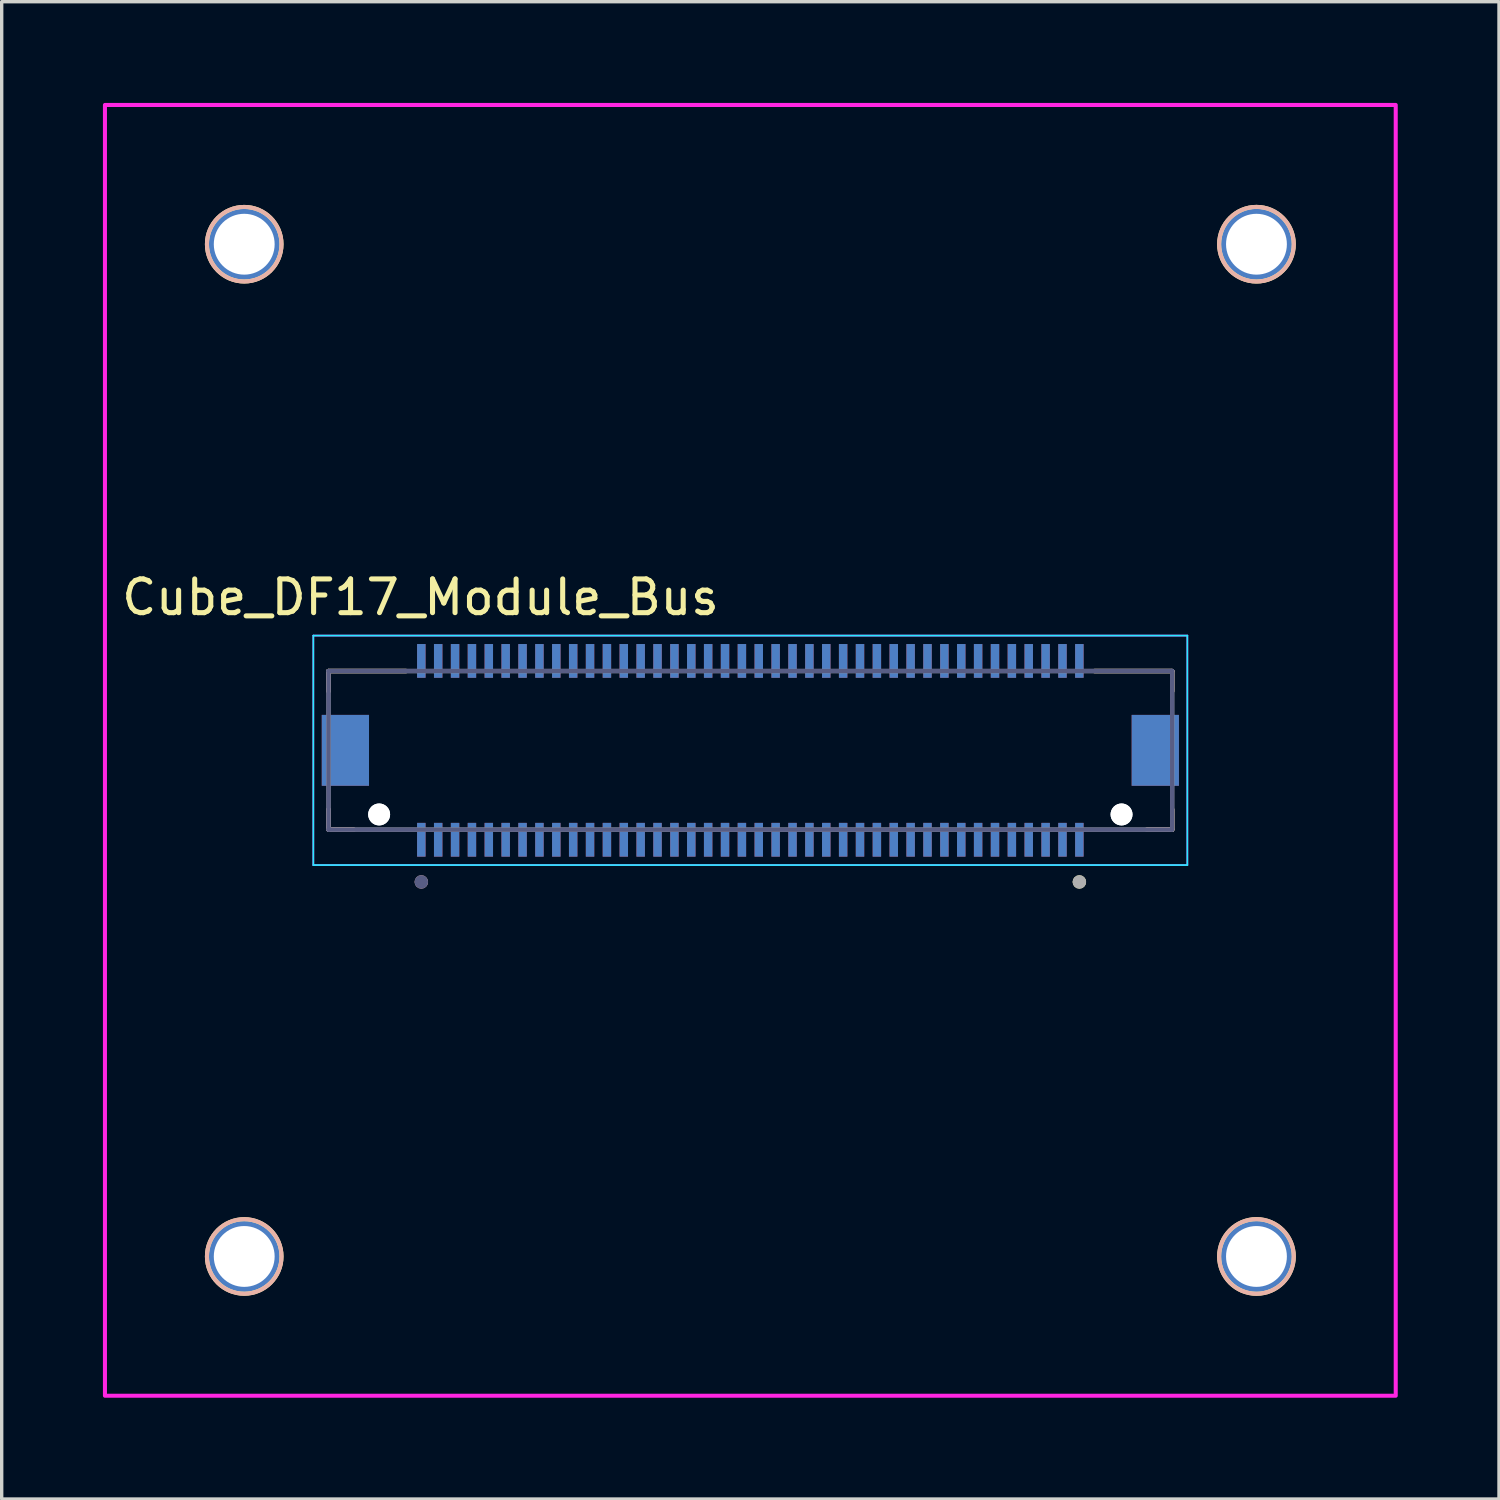
<source format=kicad_pcb>
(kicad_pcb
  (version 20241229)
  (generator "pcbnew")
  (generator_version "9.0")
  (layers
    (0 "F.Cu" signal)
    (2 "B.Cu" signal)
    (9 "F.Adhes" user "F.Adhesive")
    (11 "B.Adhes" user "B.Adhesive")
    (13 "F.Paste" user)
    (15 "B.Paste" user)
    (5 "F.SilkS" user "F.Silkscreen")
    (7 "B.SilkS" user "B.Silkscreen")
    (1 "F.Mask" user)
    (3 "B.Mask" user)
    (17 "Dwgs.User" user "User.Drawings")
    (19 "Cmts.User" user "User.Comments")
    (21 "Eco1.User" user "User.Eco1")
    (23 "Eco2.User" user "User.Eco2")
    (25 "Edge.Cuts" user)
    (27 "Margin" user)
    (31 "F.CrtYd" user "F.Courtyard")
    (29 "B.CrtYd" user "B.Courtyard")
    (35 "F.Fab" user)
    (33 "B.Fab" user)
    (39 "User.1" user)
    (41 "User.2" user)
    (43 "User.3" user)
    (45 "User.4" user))
  (footprint "Cube_DF17_Module_Bus"
    (layer "F.Cu")
    (at 19.185 19.185)
    (property "Reference" "Cube_DF17_Module_Bus" (at -9.775 -4.535 0) (layer "F.SilkS") (effects (font (size 1 1) (thickness 0.15))))
    (attr through_hole)
    (fp_line (start -12.5 -2.35) (end -12.5 -1.75) (stroke (width 0.127) (type solid)) (layer "F.SilkS"))
    (fp_line (start -12.5 2.35) (end -12.5 1.75) (stroke (width 0.127) (type solid)) (layer "F.SilkS"))
    (fp_line (start -12.5 2.35) (end -11.75 2.35) (stroke (width 0.127) (type solid)) (layer "F.SilkS"))
    (fp_line (start -10.195 -2.35) (end -12.5 -2.35) (stroke (width 0.127) (type solid)) (layer "F.SilkS"))
    (fp_line (start 11.75 2.35) (end 12.5 2.35) (stroke (width 0.127) (type solid)) (layer "F.SilkS"))
    (fp_line (start 12.5 -2.35) (end 10.195 -2.35) (stroke (width 0.127) (type solid)) (layer "F.SilkS"))
    (fp_line (start 12.5 -2.35) (end 12.5 -1.75) (stroke (width 0.127) (type solid)) (layer "F.SilkS"))
    (fp_line (start 12.5 2.35) (end 12.5 1.75) (stroke (width 0.127) (type solid)) (layer "F.SilkS"))
    (fp_circle (center -14.998 -14.998) (end -13.893 -14.998) (stroke (width 0.12) (type solid)) (fill no) (layer "F.SilkS"))
    (fp_circle (center -14.998 14.998) (end -13.893 14.998) (stroke (width 0.12) (type solid)) (fill no) (layer "F.SilkS"))
    (fp_circle (center 9.75 3.9) (end 9.85 3.9) (stroke (width 0.2) (type solid)) (fill no) (layer "F.SilkS"))
    (fp_circle (center 14.998 -14.998) (end 16.104 -14.998) (stroke (width 0.12) (type solid)) (fill no) (layer "F.SilkS"))
    (fp_circle (center 14.998 14.998) (end 16.104 14.998) (stroke (width 0.12) (type solid)) (fill no) (layer "F.SilkS"))
    (fp_line (start -12.5 -2.35) (end -12.5 -1.75) (stroke (width 0.127) (type solid)) (layer "B.SilkS"))
    (fp_line (start -12.5 -2.35) (end -10.195 -2.35) (stroke (width 0.127) (type solid)) (layer "B.SilkS"))
    (fp_line (start -12.5 2.35) (end -12.5 1.75) (stroke (width 0.127) (type solid)) (layer "B.SilkS"))
    (fp_line (start -11.75 2.35) (end -12.5 2.35) (stroke (width 0.127) (type solid)) (layer "B.SilkS"))
    (fp_line (start 10.195 -2.35) (end 12.5 -2.35) (stroke (width 0.127) (type solid)) (layer "B.SilkS"))
    (fp_line (start 12.5 -2.35) (end 12.5 -1.75) (stroke (width 0.127) (type solid)) (layer "B.SilkS"))
    (fp_line (start 12.5 2.35) (end 11.75 2.35) (stroke (width 0.127) (type solid)) (layer "B.SilkS"))
    (fp_line (start 12.5 2.35) (end 12.5 1.75) (stroke (width 0.127) (type solid)) (layer "B.SilkS"))
    (fp_circle (center -14.998 -14.998) (end -13.893 -14.998) (stroke (width 0.12) (type solid)) (fill no) (layer "B.SilkS"))
    (fp_circle (center -14.998 14.998) (end -13.893 14.998) (stroke (width 0.12) (type solid)) (fill no) (layer "B.SilkS"))
    (fp_circle (center -9.75 3.9) (end -9.85 3.9) (stroke (width 0.2) (type solid)) (fill no) (layer "B.SilkS"))
    (fp_circle (center 14.998 -14.998) (end 16.104 -14.998) (stroke (width 0.12) (type solid)) (fill no) (layer "B.SilkS"))
    (fp_circle (center 14.998 14.998) (end 16.104 14.998) (stroke (width 0.12) (type solid)) (fill no) (layer "B.SilkS"))
    (fp_line (start -12.95 -3.4) (end 12.95 -3.4) (stroke (width 0.05) (type solid)) (layer "B.CrtYd"))
    (fp_line (start -12.95 3.4) (end -12.95 -3.4) (stroke (width 0.05) (type solid)) (layer "B.CrtYd"))
    (fp_line (start 12.95 -3.4) (end 12.95 3.4) (stroke (width 0.05) (type solid)) (layer "B.CrtYd"))
    (fp_line (start 12.95 3.4) (end -12.95 3.4) (stroke (width 0.05) (type solid)) (layer "B.CrtYd"))
    (fp_line (start -12.95 -3.4) (end -12.95 3.4) (stroke (width 0.05) (type solid)) (layer "F.CrtYd"))
    (fp_line (start -12.95 3.4) (end 12.95 3.4) (stroke (width 0.05) (type solid)) (layer "F.CrtYd"))
    (fp_line (start 12.95 -3.4) (end -12.95 -3.4) (stroke (width 0.05) (type solid)) (layer "F.CrtYd"))
    (fp_line (start 12.95 3.4) (end 12.95 -3.4) (stroke (width 0.05) (type solid)) (layer "F.CrtYd"))
    (fp_rect (start -19.125 -19.125) (end 19.125 19.125) (stroke (width 0.12) (type solid)) (fill no) (layer "F.CrtYd"))
    (fp_line (start -12.5 -2.35) (end 12.5 -2.35) (stroke (width 0.127) (type solid)) (layer "B.Fab"))
    (fp_line (start -12.5 2.35) (end -12.5 -2.35) (stroke (width 0.127) (type solid)) (layer "B.Fab"))
    (fp_line (start 12.5 -2.35) (end 12.5 2.35) (stroke (width 0.127) (type solid)) (layer "B.Fab"))
    (fp_line (start 12.5 2.35) (end -12.5 2.35) (stroke (width 0.127) (type solid)) (layer "B.Fab"))
    (fp_circle (center -9.75 3.9) (end -9.85 3.9) (stroke (width 0.2) (type solid)) (fill no) (layer "B.Fab"))
    (fp_line (start -12.5 -2.35) (end -12.5 2.35) (stroke (width 0.127) (type solid)) (layer "F.Fab"))
    (fp_line (start -12.5 2.35) (end 12.5 2.35) (stroke (width 0.127) (type solid)) (layer "F.Fab"))
    (fp_line (start 12.5 -2.35) (end -12.5 -2.35) (stroke (width 0.127) (type solid)) (layer "F.Fab"))
    (fp_line (start 12.5 2.35) (end 12.5 -2.35) (stroke (width 0.127) (type solid)) (layer "F.Fab"))
    (fp_circle (center 9.75 3.9) (end 9.85 3.9) (stroke (width 0.2) (type solid)) (fill no) (layer "F.Fab"))
    (pad "" np_thru_hole circle (at -11 1.9) (size 0.65 0.65) (drill 0.65) (layers "*.Cu" "*.Mask"))
    (pad "" np_thru_hole circle (at -11 1.9) (size 0.65 0.65) (drill 0.65) (layers "*.Cu" "*.Mask"))
    (pad "" np_thru_hole circle (at 11 1.9) (size 0.65 0.65) (drill 0.65) (layers "*.Cu" "*.Mask"))
    (pad "" np_thru_hole circle (at 11 1.9) (size 0.65 0.65) (drill 0.65) (layers "*.Cu" "*.Mask"))
    (pad "1" smd rect (at -9.75 2.65) (size 0.25 1) (layers "B.Cu" "B.Mask" "B.Paste"))
    (pad "1" smd rect (at 9.75 2.65) (size 0.25 1) (layers "F.Cu" "F.Mask" "F.Paste"))
    (pad "2" smd rect (at -9.75 -2.65) (size 0.25 1) (layers "B.Cu" "B.Mask" "B.Paste"))
    (pad "2" smd rect (at 9.75 -2.65) (size 0.25 1) (layers "F.Cu" "F.Mask" "F.Paste"))
    (pad "3" smd rect (at -9.25 2.65) (size 0.25 1) (layers "B.Cu" "B.Mask" "B.Paste"))
    (pad "3" smd rect (at 9.25 2.65) (size 0.25 1) (layers "F.Cu" "F.Mask" "F.Paste"))
    (pad "4" smd rect (at -9.25 -2.65) (size 0.25 1) (layers "B.Cu" "B.Mask" "B.Paste"))
    (pad "4" smd rect (at 9.25 -2.65) (size 0.25 1) (layers "F.Cu" "F.Mask" "F.Paste"))
    (pad "5" smd rect (at -8.75 2.65) (size 0.25 1) (layers "B.Cu" "B.Mask" "B.Paste"))
    (pad "5" smd rect (at 8.75 2.65) (size 0.25 1) (layers "F.Cu" "F.Mask" "F.Paste"))
    (pad "6" smd rect (at -8.75 -2.65) (size 0.25 1) (layers "B.Cu" "B.Mask" "B.Paste"))
    (pad "6" smd rect (at 8.75 -2.65) (size 0.25 1) (layers "F.Cu" "F.Mask" "F.Paste"))
    (pad "7" smd rect (at -8.25 2.65) (size 0.25 1) (layers "B.Cu" "B.Mask" "B.Paste"))
    (pad "7" smd rect (at 8.25 2.65) (size 0.25 1) (layers "F.Cu" "F.Mask" "F.Paste"))
    (pad "8" smd rect (at -8.25 -2.65) (size 0.25 1) (layers "B.Cu" "B.Mask" "B.Paste"))
    (pad "8" smd rect (at 8.25 -2.65) (size 0.25 1) (layers "F.Cu" "F.Mask" "F.Paste"))
    (pad "9" smd rect (at -7.75 2.65) (size 0.25 1) (layers "B.Cu" "B.Mask" "B.Paste"))
    (pad "9" smd rect (at 7.75 2.65) (size 0.25 1) (layers "F.Cu" "F.Mask" "F.Paste"))
    (pad "10" smd rect (at -7.75 -2.65) (size 0.25 1) (layers "B.Cu" "B.Mask" "B.Paste"))
    (pad "10" smd rect (at 7.75 -2.65) (size 0.25 1) (layers "F.Cu" "F.Mask" "F.Paste"))
    (pad "11" smd rect (at -7.25 2.65) (size 0.25 1) (layers "B.Cu" "B.Mask" "B.Paste"))
    (pad "11" smd rect (at 7.25 2.65) (size 0.25 1) (layers "F.Cu" "F.Mask" "F.Paste"))
    (pad "12" smd rect (at -7.25 -2.65) (size 0.25 1) (layers "B.Cu" "B.Mask" "B.Paste"))
    (pad "12" smd rect (at 7.25 -2.65) (size 0.25 1) (layers "F.Cu" "F.Mask" "F.Paste"))
    (pad "13" smd rect (at -6.75 2.65) (size 0.25 1) (layers "B.Cu" "B.Mask" "B.Paste"))
    (pad "13" smd rect (at 6.75 2.65) (size 0.25 1) (layers "F.Cu" "F.Mask" "F.Paste"))
    (pad "14" smd rect (at -6.75 -2.65) (size 0.25 1) (layers "B.Cu" "B.Mask" "B.Paste"))
    (pad "14" smd rect (at 6.75 -2.65) (size 0.25 1) (layers "F.Cu" "F.Mask" "F.Paste"))
    (pad "15" smd rect (at -6.25 2.65) (size 0.25 1) (layers "B.Cu" "B.Mask" "B.Paste"))
    (pad "15" smd rect (at 6.25 2.65) (size 0.25 1) (layers "F.Cu" "F.Mask" "F.Paste"))
    (pad "16" smd rect (at -6.25 -2.65) (size 0.25 1) (layers "B.Cu" "B.Mask" "B.Paste"))
    (pad "16" smd rect (at 6.25 -2.65) (size 0.25 1) (layers "F.Cu" "F.Mask" "F.Paste"))
    (pad "17" smd rect (at -5.75 2.65) (size 0.25 1) (layers "B.Cu" "B.Mask" "B.Paste"))
    (pad "17" smd rect (at 5.75 2.65) (size 0.25 1) (layers "F.Cu" "F.Mask" "F.Paste"))
    (pad "18" smd rect (at -5.75 -2.65) (size 0.25 1) (layers "B.Cu" "B.Mask" "B.Paste"))
    (pad "18" smd rect (at 5.75 -2.65) (size 0.25 1) (layers "F.Cu" "F.Mask" "F.Paste"))
    (pad "19" smd rect (at -5.25 2.65) (size 0.25 1) (layers "B.Cu" "B.Mask" "B.Paste"))
    (pad "19" smd rect (at 5.25 2.65) (size 0.25 1) (layers "F.Cu" "F.Mask" "F.Paste"))
    (pad "20" smd rect (at -5.25 -2.65) (size 0.25 1) (layers "B.Cu" "B.Mask" "B.Paste"))
    (pad "20" smd rect (at 5.25 -2.65) (size 0.25 1) (layers "F.Cu" "F.Mask" "F.Paste"))
    (pad "21" smd rect (at -4.75 2.65) (size 0.25 1) (layers "B.Cu" "B.Mask" "B.Paste"))
    (pad "21" smd rect (at 4.75 2.65) (size 0.25 1) (layers "F.Cu" "F.Mask" "F.Paste"))
    (pad "22" smd rect (at -4.75 -2.65) (size 0.25 1) (layers "B.Cu" "B.Mask" "B.Paste"))
    (pad "22" smd rect (at 4.75 -2.65) (size 0.25 1) (layers "F.Cu" "F.Mask" "F.Paste"))
    (pad "23" smd rect (at -4.25 2.65) (size 0.25 1) (layers "B.Cu" "B.Mask" "B.Paste"))
    (pad "23" smd rect (at 4.25 2.65) (size 0.25 1) (layers "F.Cu" "F.Mask" "F.Paste"))
    (pad "24" smd rect (at -4.25 -2.65) (size 0.25 1) (layers "B.Cu" "B.Mask" "B.Paste"))
    (pad "24" smd rect (at 4.25 -2.65) (size 0.25 1) (layers "F.Cu" "F.Mask" "F.Paste"))
    (pad "25" smd rect (at -3.75 2.65) (size 0.25 1) (layers "B.Cu" "B.Mask" "B.Paste"))
    (pad "25" smd rect (at 3.75 2.65) (size 0.25 1) (layers "F.Cu" "F.Mask" "F.Paste"))
    (pad "26" smd rect (at -3.75 -2.65) (size 0.25 1) (layers "B.Cu" "B.Mask" "B.Paste"))
    (pad "26" smd rect (at 3.75 -2.65) (size 0.25 1) (layers "F.Cu" "F.Mask" "F.Paste"))
    (pad "27" smd rect (at -3.25 2.65) (size 0.25 1) (layers "B.Cu" "B.Mask" "B.Paste"))
    (pad "27" smd rect (at 3.25 2.65) (size 0.25 1) (layers "F.Cu" "F.Mask" "F.Paste"))
    (pad "28" smd rect (at -3.25 -2.65) (size 0.25 1) (layers "B.Cu" "B.Mask" "B.Paste"))
    (pad "28" smd rect (at 3.25 -2.65) (size 0.25 1) (layers "F.Cu" "F.Mask" "F.Paste"))
    (pad "29" smd rect (at -2.75 2.65) (size 0.25 1) (layers "B.Cu" "B.Mask" "B.Paste"))
    (pad "29" smd rect (at 2.75 2.65) (size 0.25 1) (layers "F.Cu" "F.Mask" "F.Paste"))
    (pad "30" smd rect (at -2.75 -2.65) (size 0.25 1) (layers "B.Cu" "B.Mask" "B.Paste"))
    (pad "30" smd rect (at 2.75 -2.65) (size 0.25 1) (layers "F.Cu" "F.Mask" "F.Paste"))
    (pad "31" smd rect (at -2.25 2.65) (size 0.25 1) (layers "B.Cu" "B.Mask" "B.Paste"))
    (pad "31" smd rect (at 2.25 2.65) (size 0.25 1) (layers "F.Cu" "F.Mask" "F.Paste"))
    (pad "32" smd rect (at -2.25 -2.65) (size 0.25 1) (layers "B.Cu" "B.Mask" "B.Paste"))
    (pad "32" smd rect (at 2.25 -2.65) (size 0.25 1) (layers "F.Cu" "F.Mask" "F.Paste"))
    (pad "33" smd rect (at -1.75 2.65) (size 0.25 1) (layers "B.Cu" "B.Mask" "B.Paste"))
    (pad "33" smd rect (at 1.75 2.65) (size 0.25 1) (layers "F.Cu" "F.Mask" "F.Paste"))
    (pad "34" smd rect (at -1.75 -2.65) (size 0.25 1) (layers "B.Cu" "B.Mask" "B.Paste"))
    (pad "34" smd rect (at 1.75 -2.65) (size 0.25 1) (layers "F.Cu" "F.Mask" "F.Paste"))
    (pad "35" smd rect (at -1.25 2.65) (size 0.25 1) (layers "B.Cu" "B.Mask" "B.Paste"))
    (pad "35" smd rect (at 1.25 2.65) (size 0.25 1) (layers "F.Cu" "F.Mask" "F.Paste"))
    (pad "36" smd rect (at -1.25 -2.65) (size 0.25 1) (layers "B.Cu" "B.Mask" "B.Paste"))
    (pad "36" smd rect (at 1.25 -2.65) (size 0.25 1) (layers "F.Cu" "F.Mask" "F.Paste"))
    (pad "37" smd rect (at -0.75 2.65) (size 0.25 1) (layers "B.Cu" "B.Mask" "B.Paste"))
    (pad "37" smd rect (at 0.75 2.65) (size 0.25 1) (layers "F.Cu" "F.Mask" "F.Paste"))
    (pad "38" smd rect (at -0.75 -2.65) (size 0.25 1) (layers "B.Cu" "B.Mask" "B.Paste"))
    (pad "38" smd rect (at 0.75 -2.65) (size 0.25 1) (layers "F.Cu" "F.Mask" "F.Paste"))
    (pad "39" smd rect (at -0.25 2.65) (size 0.25 1) (layers "B.Cu" "B.Mask" "B.Paste"))
    (pad "39" smd rect (at 0.25 2.65) (size 0.25 1) (layers "F.Cu" "F.Mask" "F.Paste"))
    (pad "40" smd rect (at -0.25 -2.65) (size 0.25 1) (layers "B.Cu" "B.Mask" "B.Paste"))
    (pad "40" smd rect (at 0.25 -2.65) (size 0.25 1) (layers "F.Cu" "F.Mask" "F.Paste"))
    (pad "41" smd rect (at -0.25 2.65) (size 0.25 1) (layers "F.Cu" "F.Mask" "F.Paste"))
    (pad "41" smd rect (at 0.25 2.65) (size 0.25 1) (layers "B.Cu" "B.Mask" "B.Paste"))
    (pad "42" smd rect (at -0.25 -2.65) (size 0.25 1) (layers "F.Cu" "F.Mask" "F.Paste"))
    (pad "42" smd rect (at 0.25 -2.65) (size 0.25 1) (layers "B.Cu" "B.Mask" "B.Paste"))
    (pad "43" smd rect (at -0.75 2.65) (size 0.25 1) (layers "F.Cu" "F.Mask" "F.Paste"))
    (pad "43" smd rect (at 0.75 2.65) (size 0.25 1) (layers "B.Cu" "B.Mask" "B.Paste"))
    (pad "44" smd rect (at -0.75 -2.65) (size 0.25 1) (layers "F.Cu" "F.Mask" "F.Paste"))
    (pad "44" smd rect (at 0.75 -2.65) (size 0.25 1) (layers "B.Cu" "B.Mask" "B.Paste"))
    (pad "45" smd rect (at -1.25 2.65) (size 0.25 1) (layers "F.Cu" "F.Mask" "F.Paste"))
    (pad "45" smd rect (at 1.25 2.65) (size 0.25 1) (layers "B.Cu" "B.Mask" "B.Paste"))
    (pad "46" smd rect (at -1.25 -2.65) (size 0.25 1) (layers "F.Cu" "F.Mask" "F.Paste"))
    (pad "46" smd rect (at 1.25 -2.65) (size 0.25 1) (layers "B.Cu" "B.Mask" "B.Paste"))
    (pad "47" smd rect (at -1.75 2.65) (size 0.25 1) (layers "F.Cu" "F.Mask" "F.Paste"))
    (pad "47" smd rect (at 1.75 2.65) (size 0.25 1) (layers "B.Cu" "B.Mask" "B.Paste"))
    (pad "48" smd rect (at -1.75 -2.65) (size 0.25 1) (layers "F.Cu" "F.Mask" "F.Paste"))
    (pad "48" smd rect (at 1.75 -2.65) (size 0.25 1) (layers "B.Cu" "B.Mask" "B.Paste"))
    (pad "49" smd rect (at -2.25 2.65) (size 0.25 1) (layers "F.Cu" "F.Mask" "F.Paste"))
    (pad "49" smd rect (at 2.25 2.65) (size 0.25 1) (layers "B.Cu" "B.Mask" "B.Paste"))
    (pad "50" smd rect (at -2.25 -2.65) (size 0.25 1) (layers "F.Cu" "F.Mask" "F.Paste"))
    (pad "50" smd rect (at 2.25 -2.65) (size 0.25 1) (layers "B.Cu" "B.Mask" "B.Paste"))
    (pad "51" smd rect (at -2.75 2.65) (size 0.25 1) (layers "F.Cu" "F.Mask" "F.Paste"))
    (pad "51" smd rect (at 2.75 2.65) (size 0.25 1) (layers "B.Cu" "B.Mask" "B.Paste"))
    (pad "52" smd rect (at -2.75 -2.65) (size 0.25 1) (layers "F.Cu" "F.Mask" "F.Paste"))
    (pad "52" smd rect (at 2.75 -2.65) (size 0.25 1) (layers "B.Cu" "B.Mask" "B.Paste"))
    (pad "53" smd rect (at -3.25 2.65) (size 0.25 1) (layers "F.Cu" "F.Mask" "F.Paste"))
    (pad "53" smd rect (at 3.25 2.65) (size 0.25 1) (layers "B.Cu" "B.Mask" "B.Paste"))
    (pad "54" smd rect (at -3.25 -2.65) (size 0.25 1) (layers "F.Cu" "F.Mask" "F.Paste"))
    (pad "54" smd rect (at 3.25 -2.65) (size 0.25 1) (layers "B.Cu" "B.Mask" "B.Paste"))
    (pad "55" smd rect (at -3.75 2.65) (size 0.25 1) (layers "F.Cu" "F.Mask" "F.Paste"))
    (pad "55" smd rect (at 3.75 2.65) (size 0.25 1) (layers "B.Cu" "B.Mask" "B.Paste"))
    (pad "56" smd rect (at -3.75 -2.65) (size 0.25 1) (layers "F.Cu" "F.Mask" "F.Paste"))
    (pad "56" smd rect (at 3.75 -2.65) (size 0.25 1) (layers "B.Cu" "B.Mask" "B.Paste"))
    (pad "57" smd rect (at -4.25 2.65) (size 0.25 1) (layers "F.Cu" "F.Mask" "F.Paste"))
    (pad "57" smd rect (at 4.25 2.65) (size 0.25 1) (layers "B.Cu" "B.Mask" "B.Paste"))
    (pad "58" smd rect (at -4.25 -2.65) (size 0.25 1) (layers "F.Cu" "F.Mask" "F.Paste"))
    (pad "58" smd rect (at 4.25 -2.65) (size 0.25 1) (layers "B.Cu" "B.Mask" "B.Paste"))
    (pad "59" smd rect (at -4.75 2.65) (size 0.25 1) (layers "F.Cu" "F.Mask" "F.Paste"))
    (pad "59" smd rect (at 4.75 2.65) (size 0.25 1) (layers "B.Cu" "B.Mask" "B.Paste"))
    (pad "60" smd rect (at -4.75 -2.65) (size 0.25 1) (layers "F.Cu" "F.Mask" "F.Paste"))
    (pad "60" smd rect (at 4.75 -2.65) (size 0.25 1) (layers "B.Cu" "B.Mask" "B.Paste"))
    (pad "61" smd rect (at -5.25 2.65) (size 0.25 1) (layers "F.Cu" "F.Mask" "F.Paste"))
    (pad "61" smd rect (at 5.25 2.65) (size 0.25 1) (layers "B.Cu" "B.Mask" "B.Paste"))
    (pad "62" smd rect (at -5.25 -2.65) (size 0.25 1) (layers "F.Cu" "F.Mask" "F.Paste"))
    (pad "62" smd rect (at 5.25 -2.65) (size 0.25 1) (layers "B.Cu" "B.Mask" "B.Paste"))
    (pad "63" smd rect (at -5.75 2.65) (size 0.25 1) (layers "F.Cu" "F.Mask" "F.Paste"))
    (pad "63" smd rect (at 5.75 2.65) (size 0.25 1) (layers "B.Cu" "B.Mask" "B.Paste"))
    (pad "64" smd rect (at -5.75 -2.65) (size 0.25 1) (layers "F.Cu" "F.Mask" "F.Paste"))
    (pad "64" smd rect (at 5.75 -2.65) (size 0.25 1) (layers "B.Cu" "B.Mask" "B.Paste"))
    (pad "65" smd rect (at -6.25 2.65) (size 0.25 1) (layers "F.Cu" "F.Mask" "F.Paste"))
    (pad "65" smd rect (at 6.25 2.65) (size 0.25 1) (layers "B.Cu" "B.Mask" "B.Paste"))
    (pad "66" smd rect (at -6.25 -2.65) (size 0.25 1) (layers "F.Cu" "F.Mask" "F.Paste"))
    (pad "66" smd rect (at 6.25 -2.65) (size 0.25 1) (layers "B.Cu" "B.Mask" "B.Paste"))
    (pad "67" smd rect (at -6.75 2.65) (size 0.25 1) (layers "F.Cu" "F.Mask" "F.Paste"))
    (pad "67" smd rect (at 6.75 2.65) (size 0.25 1) (layers "B.Cu" "B.Mask" "B.Paste"))
    (pad "68" smd rect (at -6.75 -2.65) (size 0.25 1) (layers "F.Cu" "F.Mask" "F.Paste"))
    (pad "68" smd rect (at 6.75 -2.65) (size 0.25 1) (layers "B.Cu" "B.Mask" "B.Paste"))
    (pad "69" smd rect (at -7.25 2.65) (size 0.25 1) (layers "F.Cu" "F.Mask" "F.Paste"))
    (pad "69" smd rect (at 7.25 2.65) (size 0.25 1) (layers "B.Cu" "B.Mask" "B.Paste"))
    (pad "70" smd rect (at -7.25 -2.65) (size 0.25 1) (layers "F.Cu" "F.Mask" "F.Paste"))
    (pad "70" smd rect (at 7.25 -2.65) (size 0.25 1) (layers "B.Cu" "B.Mask" "B.Paste"))
    (pad "71" smd rect (at -7.75 2.65) (size 0.25 1) (layers "F.Cu" "F.Mask" "F.Paste"))
    (pad "71" smd rect (at 7.75 2.65) (size 0.25 1) (layers "B.Cu" "B.Mask" "B.Paste"))
    (pad "72" smd rect (at -7.75 -2.65) (size 0.25 1) (layers "F.Cu" "F.Mask" "F.Paste"))
    (pad "72" smd rect (at 7.75 -2.65) (size 0.25 1) (layers "B.Cu" "B.Mask" "B.Paste"))
    (pad "73" smd rect (at -8.25 2.65) (size 0.25 1) (layers "F.Cu" "F.Mask" "F.Paste"))
    (pad "73" smd rect (at 8.25 2.65) (size 0.25 1) (layers "B.Cu" "B.Mask" "B.Paste"))
    (pad "74" smd rect (at -8.25 -2.65) (size 0.25 1) (layers "F.Cu" "F.Mask" "F.Paste"))
    (pad "74" smd rect (at 8.25 -2.65) (size 0.25 1) (layers "B.Cu" "B.Mask" "B.Paste"))
    (pad "75" smd rect (at -8.75 2.65) (size 0.25 1) (layers "F.Cu" "F.Mask" "F.Paste"))
    (pad "75" smd rect (at 8.75 2.65) (size 0.25 1) (layers "B.Cu" "B.Mask" "B.Paste"))
    (pad "76" smd rect (at -8.75 -2.65) (size 0.25 1) (layers "F.Cu" "F.Mask" "F.Paste"))
    (pad "76" smd rect (at 8.75 -2.65) (size 0.25 1) (layers "B.Cu" "B.Mask" "B.Paste"))
    (pad "77" smd rect (at -9.25 2.65) (size 0.25 1) (layers "F.Cu" "F.Mask" "F.Paste"))
    (pad "77" smd rect (at 9.25 2.65) (size 0.25 1) (layers "B.Cu" "B.Mask" "B.Paste"))
    (pad "78" smd rect (at -9.25 -2.65) (size 0.25 1) (layers "F.Cu" "F.Mask" "F.Paste"))
    (pad "78" smd rect (at 9.25 -2.65) (size 0.25 1) (layers "B.Cu" "B.Mask" "B.Paste"))
    (pad "79" smd rect (at -9.75 2.65) (size 0.25 1) (layers "F.Cu" "F.Mask" "F.Paste"))
    (pad "79" smd rect (at 9.75 2.65) (size 0.25 1) (layers "B.Cu" "B.Mask" "B.Paste"))
    (pad "80" smd rect (at -9.75 -2.65) (size 0.25 1) (layers "F.Cu" "F.Mask" "F.Paste"))
    (pad "80" smd rect (at 9.75 -2.65) (size 0.25 1) (layers "B.Cu" "B.Mask" "B.Paste"))
    (pad "81" thru_hole circle (at -14.998 -14.998) (size 2.21 2.21) (drill 1.803) (layers "*.Cu" "*.Mask"))
    (pad "81" thru_hole circle (at -14.998 14.998) (size 2.21 2.21) (drill 1.803) (layers "*.Cu" "*.Mask"))
    (pad "81" thru_hole circle (at 14.998 -14.998) (size 2.21 2.21) (drill 1.803) (layers "*.Cu" "*.Mask"))
    (pad "81" thru_hole circle (at 14.998 14.998) (size 2.21 2.21) (drill 1.803) (layers "*.Cu" "*.Mask"))
    (pad "S1" smd rect (at -12 0) (size 1.4 2.1) (layers "B.Cu" "B.Mask" "B.Paste"))
    (pad "S1" smd rect (at 12 0) (size 1.4 2.1) (layers "F.Cu" "F.Mask" "F.Paste"))
    (pad "S2" smd rect (at -12 0) (size 1.4 2.1) (layers "F.Cu" "F.Mask" "F.Paste"))
    (pad "S2" smd rect (at 12 0) (size 1.4 2.1) (layers "B.Cu" "B.Mask" "B.Paste"))
    (zone (net_name "") (layer "F.Cu") (hatch full 0.508) (connect_pads) (min_thickness 0.01) (filled_areas_thickness no) (keepout (tracks not_allowed) (vias not_allowed) (pads not_allowed) (copperpour not_allowed) (footprints allowed)) (placement (enabled no)) (fill) (polygon (pts (xy 7.885 17.035) (xy 30.485 17.035) (xy 30.485 21.335) (xy 7.885 21.335))))
    (zone (net_name "") (layers "F.Cu" "B.Cu") (hatch full 0.508) (connect_pads) (min_thickness 0.01) (filled_areas_thickness no) (keepout (tracks allowed) (vias not_allowed) (pads allowed) (copperpour allowed) (footprints allowed)) (placement (enabled no)) (fill) (polygon (pts (xy 7.885 17.035) (xy 30.485 17.035) (xy 30.485 21.335) (xy 7.885 21.335))))
    (zone (net_name "") (layers "F.Cu" "B.Cu") (hatch full 0.508) (connect_pads) (min_thickness 0.01) (filled_areas_thickness no) (keepout (tracks allowed) (vias not_allowed) (pads allowed) (copperpour allowed) (footprints allowed)) (placement (enabled no)) (fill) (polygon (pts (xy 30.485 17.035) (xy 7.885 17.035) (xy 7.885 21.335) (xy 30.485 21.335))))
    (zone (net_name "") (layer "B.Cu") (hatch full 0.508) (connect_pads) (min_thickness 0.01) (filled_areas_thickness no) (keepout (tracks not_allowed) (vias not_allowed) (pads not_allowed) (copperpour not_allowed) (footprints allowed)) (placement (enabled no)) (fill) (polygon (pts (xy 30.485 17.035) (xy 7.885 17.035) (xy 7.885 21.335) (xy 30.485 21.335)))))
  (gr_rect
    (start -3 -3)
    (end 41.37 41.37)
    (stroke (width 0.1) (type default))
    (fill no)
    (layer "Edge.Cuts")))
</source>
